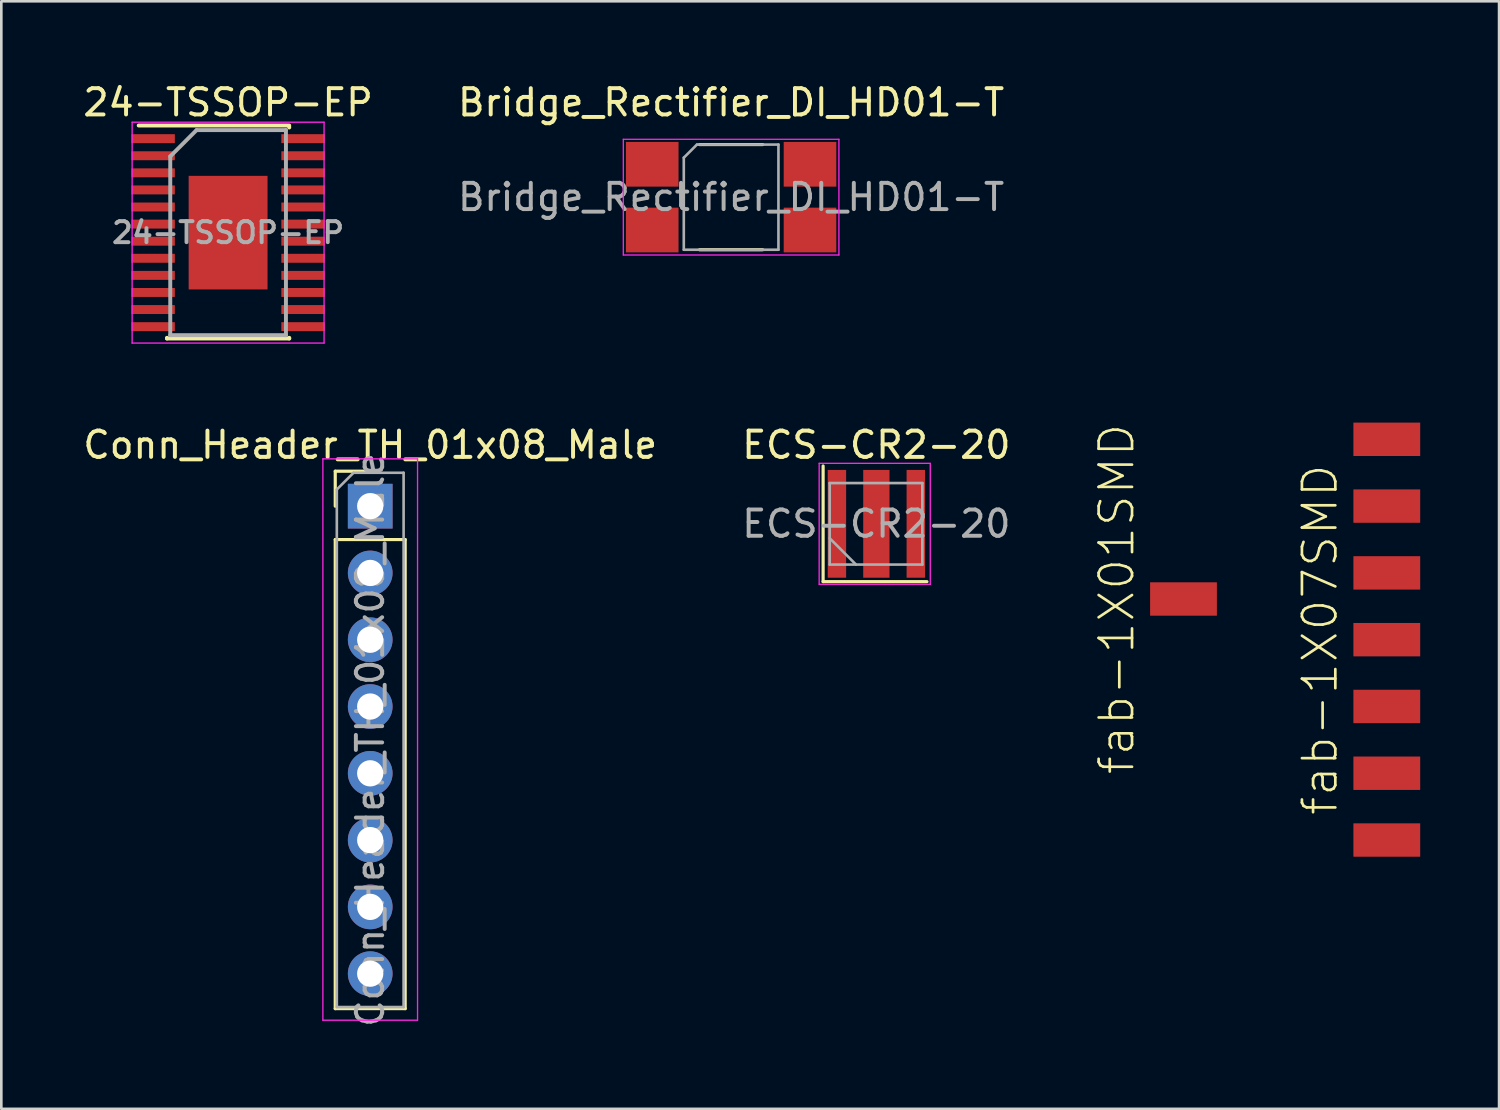
<source format=kicad_pcb>
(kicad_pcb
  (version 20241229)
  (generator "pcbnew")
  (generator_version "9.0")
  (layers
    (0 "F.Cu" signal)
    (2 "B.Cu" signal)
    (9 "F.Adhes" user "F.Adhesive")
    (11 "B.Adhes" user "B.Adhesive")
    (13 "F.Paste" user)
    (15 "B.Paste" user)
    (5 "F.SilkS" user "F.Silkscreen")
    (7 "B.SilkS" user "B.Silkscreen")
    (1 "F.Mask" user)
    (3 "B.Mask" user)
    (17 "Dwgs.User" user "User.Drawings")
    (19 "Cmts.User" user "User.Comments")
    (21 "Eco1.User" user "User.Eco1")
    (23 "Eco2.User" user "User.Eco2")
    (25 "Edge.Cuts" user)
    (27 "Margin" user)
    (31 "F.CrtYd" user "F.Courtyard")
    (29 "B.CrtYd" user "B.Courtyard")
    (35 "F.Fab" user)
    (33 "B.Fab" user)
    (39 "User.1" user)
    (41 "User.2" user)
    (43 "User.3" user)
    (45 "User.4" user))
  (footprint "Bridge_Rectifier_DI_HD01-T"
    (layer "F.Cu")
    (at 24.756 4.448)
    (property "Reference" "Bridge_Rectifier_DI_HD01-T" (at 0 -3.6 0) (layer "F.SilkS") (effects (font (size 1 1) (thickness 0.15))))
    (attr smd)
    (fp_line (start -1.2 -2) (end 1.2 -2) (stroke (width 0.12) (type solid)) (layer "F.SilkS"))
    (fp_line (start -1.2 2) (end 1.2 2) (stroke (width 0.12) (type solid)) (layer "F.SilkS"))
    (fp_line (start -4.1 -2.2) (end -4.1 2.2) (stroke (width 0.05) (type solid)) (layer "F.CrtYd"))
    (fp_line (start -4.1 2.2) (end 4.1 2.2) (stroke (width 0.05) (type solid)) (layer "F.CrtYd"))
    (fp_line (start 4.1 -2.2) (end -4.1 -2.2) (stroke (width 0.05) (type solid)) (layer "F.CrtYd"))
    (fp_line (start 4.1 2.2) (end 4.1 -2.2) (stroke (width 0.05) (type solid)) (layer "F.CrtYd"))
    (fp_line (start -1.8 -1.5) (end -1.3 -2) (stroke (width 0.1) (type solid)) (layer "F.Fab"))
    (fp_line (start -1.8 2) (end -1.8 -1.5) (stroke (width 0.1) (type solid)) (layer "F.Fab"))
    (fp_line (start -1.3 -2) (end 1.8 -2) (stroke (width 0.1) (type solid)) (layer "F.Fab"))
    (fp_line (start 1.8 -2) (end 1.8 2) (stroke (width 0.1) (type solid)) (layer "F.Fab"))
    (fp_line (start 1.8 2) (end -1.8 2) (stroke (width 0.1) (type solid)) (layer "F.Fab"))
    (fp_text user "${REFERENCE}" (at 0 0 0) (layer "F.Fab") (effects (font (size 1 1) (thickness 0.15))))
    (pad "1" smd rect (at -3 -1.25) (size 2 1.7) (layers "F.Cu" "F.Mask" "F.Paste"))
    (pad "2" smd rect (at -3 1.25) (size 2 1.7) (layers "F.Cu" "F.Mask" "F.Paste"))
    (pad "3" smd rect (at 3 1.25) (size 2 1.7) (layers "F.Cu" "F.Mask" "F.Paste"))
    (pad "4" smd rect (at 3 -1.25) (size 2 1.7) (layers "F.Cu" "F.Mask" "F.Paste")))
  (footprint "ECS-CR2-20"
    (layer "F.Cu")
    (at 30.28 16.872)
    (property "Reference" "ECS-CR2-20" (at 0 -3 0) (layer "F.SilkS") (effects (font (size 1 1) (thickness 0.15))))
    (attr smd)
    (fp_line (start -2.025 -2.2) (end -2.025 2.2) (stroke (width 0.12) (type solid)) (layer "F.SilkS"))
    (fp_line (start -2.025 2.2) (end 1.925 2.2) (stroke (width 0.12) (type solid)) (layer "F.SilkS"))
    (fp_line (start -2.175 -2.3) (end -2.175 2.3) (stroke (width 0.05) (type solid)) (layer "F.CrtYd"))
    (fp_line (start -2.175 2.3) (end 2.05 2.3) (stroke (width 0.05) (type solid)) (layer "F.CrtYd"))
    (fp_line (start 2.05 -2.3) (end -2.175 -2.3) (stroke (width 0.05) (type solid)) (layer "F.CrtYd"))
    (fp_line (start 2.05 2.3) (end 2.05 -2.3) (stroke (width 0.05) (type solid)) (layer "F.CrtYd"))
    (fp_line (start -1.775 -1.55) (end -1.775 1.55) (stroke (width 0.1) (type solid)) (layer "F.Fab"))
    (fp_line (start -1.775 0.55) (end -0.775 1.55) (stroke (width 0.1) (type solid)) (layer "F.Fab"))
    (fp_line (start -1.775 1.55) (end 1.75 1.55) (stroke (width 0.1) (type solid)) (layer "F.Fab"))
    (fp_line (start 1.75 -1.55) (end -1.775 -1.55) (stroke (width 0.1) (type solid)) (layer "F.Fab"))
    (fp_line (start 1.75 1.55) (end 1.75 -1.55) (stroke (width 0.1) (type solid)) (layer "F.Fab"))
    (fp_text user "${REFERENCE}" (at 0 0 0) (layer "F.Fab") (effects (font (size 1 1) (thickness 0.15))))
    (pad "1" smd rect (at -1.5 0) (size 0.7 4.1) (layers "F.Cu" "F.Mask" "F.Paste"))
    (pad "2" smd rect (at 0 0) (size 1 4.1) (layers "F.Cu" "F.Mask" "F.Paste"))
    (pad "3" smd rect (at 1.5 0) (size 0.7 4.1) (layers "F.Cu" "F.Mask" "F.Paste")))
  (footprint "Conn_Header_TH_01x08_Male"
    (layer "F.Cu")
    (at 11.03 16.201)
    (property "Reference" "Conn_Header_TH_01x08_Male" (at 0 -2.33 0) (layer "F.SilkS") (effects (font (size 1 1) (thickness 0.15))))
    (attr through_hole)
    (fp_line (start -1.33 -1.33) (end 0 -1.33) (stroke (width 0.12) (type solid)) (layer "F.SilkS"))
    (fp_line (start -1.33 0) (end -1.33 -1.33) (stroke (width 0.12) (type solid)) (layer "F.SilkS"))
    (fp_line (start -1.33 1.27) (end -1.33 19.11) (stroke (width 0.12) (type solid)) (layer "F.SilkS"))
    (fp_line (start -1.33 1.27) (end 1.33 1.27) (stroke (width 0.12) (type solid)) (layer "F.SilkS"))
    (fp_line (start -1.33 19.11) (end 1.33 19.11) (stroke (width 0.12) (type solid)) (layer "F.SilkS"))
    (fp_line (start 1.33 1.27) (end 1.33 19.11) (stroke (width 0.12) (type solid)) (layer "F.SilkS"))
    (fp_line (start -1.8 -1.8) (end -1.8 19.55) (stroke (width 0.05) (type solid)) (layer "F.CrtYd"))
    (fp_line (start -1.8 19.55) (end 1.8 19.55) (stroke (width 0.05) (type solid)) (layer "F.CrtYd"))
    (fp_line (start 1.8 -1.8) (end -1.8 -1.8) (stroke (width 0.05) (type solid)) (layer "F.CrtYd"))
    (fp_line (start 1.8 19.55) (end 1.8 -1.8) (stroke (width 0.05) (type solid)) (layer "F.CrtYd"))
    (fp_line (start -1.27 -0.635) (end -0.635 -1.27) (stroke (width 0.1) (type solid)) (layer "F.Fab"))
    (fp_line (start -1.27 19.05) (end -1.27 -0.635) (stroke (width 0.1) (type solid)) (layer "F.Fab"))
    (fp_line (start -0.635 -1.27) (end 1.27 -1.27) (stroke (width 0.1) (type solid)) (layer "F.Fab"))
    (fp_line (start 1.27 -1.27) (end 1.27 19.05) (stroke (width 0.1) (type solid)) (layer "F.Fab"))
    (fp_line (start 1.27 19.05) (end -1.27 19.05) (stroke (width 0.1) (type solid)) (layer "F.Fab"))
    (fp_text user "${REFERENCE}" (at 0 8.89 90) (layer "F.Fab") (effects (font (size 1 1) (thickness 0.15))))
    (pad "1" thru_hole rect (at 0 0) (size 1.7 1.7) (drill 1) (layers "*.Cu" "*.Mask"))
    (pad "2" thru_hole oval (at 0 2.54) (size 1.7 1.7) (drill 1) (layers "*.Cu" "*.Mask"))
    (pad "3" thru_hole oval (at 0 5.08) (size 1.7 1.7) (drill 1) (layers "*.Cu" "*.Mask"))
    (pad "4" thru_hole oval (at 0 7.62) (size 1.7 1.7) (drill 1) (layers "*.Cu" "*.Mask"))
    (pad "5" thru_hole oval (at 0 10.16) (size 1.7 1.7) (drill 1) (layers "*.Cu" "*.Mask"))
    (pad "6" thru_hole oval (at 0 12.7) (size 1.7 1.7) (drill 1) (layers "*.Cu" "*.Mask"))
    (pad "7" thru_hole oval (at 0 15.24) (size 1.7 1.7) (drill 1) (layers "*.Cu" "*.Mask"))
    (pad "8" thru_hole oval (at 0 17.78) (size 1.7 1.7) (drill 1) (layers "*.Cu" "*.Mask")))
  (footprint "24-TSSOP-EP"
    (layer "F.Cu")
    (at 5.625 5.798)
    (property "Reference" "24-TSSOP-EP" (at 0 -4.95 0) (layer "F.SilkS") (effects (font (size 1 1) (thickness 0.15))))
    (attr smd)
    (fp_line (start -3.4 -4.075) (end 2.325 -4.075) (stroke (width 0.15) (type solid)) (layer "F.SilkS"))
    (fp_line (start -2.325 4.025) (end -2.325 4) (stroke (width 0.15) (type solid)) (layer "F.SilkS"))
    (fp_line (start -2.325 4.025) (end 2.325 4.025) (stroke (width 0.15) (type solid)) (layer "F.SilkS"))
    (fp_line (start 2.325 -4.025) (end 2.325 -4) (stroke (width 0.15) (type solid)) (layer "F.SilkS"))
    (fp_line (start 2.325 4.025) (end 2.325 4) (stroke (width 0.15) (type solid)) (layer "F.SilkS"))
    (fp_line (start -3.65 -4.2) (end -3.65 4.2) (stroke (width 0.05) (type solid)) (layer "F.CrtYd"))
    (fp_line (start -3.65 -4.2) (end 3.65 -4.2) (stroke (width 0.05) (type solid)) (layer "F.CrtYd"))
    (fp_line (start -3.65 4.2) (end 3.65 4.2) (stroke (width 0.05) (type solid)) (layer "F.CrtYd"))
    (fp_line (start 3.65 -4.2) (end 3.65 4.2) (stroke (width 0.05) (type solid)) (layer "F.CrtYd"))
    (fp_line (start -2.2 -2.9) (end -1.2 -3.9) (stroke (width 0.15) (type solid)) (layer "F.Fab"))
    (fp_line (start -2.2 3.9) (end -2.2 -2.9) (stroke (width 0.15) (type solid)) (layer "F.Fab"))
    (fp_line (start -1.2 -3.9) (end 2.2 -3.9) (stroke (width 0.15) (type solid)) (layer "F.Fab"))
    (fp_line (start 2.2 -3.9) (end 2.2 3.9) (stroke (width 0.15) (type solid)) (layer "F.Fab"))
    (fp_line (start 2.2 3.9) (end -2.2 3.9) (stroke (width 0.15) (type solid)) (layer "F.Fab"))
    (fp_text user "${REFERENCE}" (at 0 0 0) (layer "F.Fab") (effects (font (size 0.8 0.8) (thickness 0.15))))
    (pad "1" smd rect (at -2.85 -3.575) (size 1.65 0.34) (layers "F.Cu" "F.Mask" "F.Paste"))
    (pad "2" smd rect (at -2.85 -2.925) (size 1.65 0.34) (layers "F.Cu" "F.Mask" "F.Paste"))
    (pad "3" smd rect (at -2.85 -2.275) (size 1.65 0.34) (layers "F.Cu" "F.Mask" "F.Paste"))
    (pad "4" smd rect (at -2.85 -1.625) (size 1.65 0.34) (layers "F.Cu" "F.Mask" "F.Paste"))
    (pad "5" smd rect (at -2.85 -0.975) (size 1.65 0.34) (layers "F.Cu" "F.Mask" "F.Paste"))
    (pad "6" smd rect (at -2.85 -0.325) (size 1.65 0.34) (layers "F.Cu" "F.Mask" "F.Paste"))
    (pad "7" smd rect (at -2.85 0.325) (size 1.65 0.34) (layers "F.Cu" "F.Mask" "F.Paste"))
    (pad "8" smd rect (at -2.85 0.975) (size 1.65 0.34) (layers "F.Cu" "F.Mask" "F.Paste"))
    (pad "9" smd rect (at -2.85 1.625) (size 1.65 0.34) (layers "F.Cu" "F.Mask" "F.Paste"))
    (pad "10" smd rect (at -2.85 2.275) (size 1.65 0.34) (layers "F.Cu" "F.Mask" "F.Paste"))
    (pad "11" smd rect (at -2.85 2.925) (size 1.65 0.34) (layers "F.Cu" "F.Mask" "F.Paste"))
    (pad "12" smd rect (at -2.85 3.575) (size 1.65 0.34) (layers "F.Cu" "F.Mask" "F.Paste"))
    (pad "13" smd rect (at 2.85 3.575) (size 1.65 0.34) (layers "F.Cu" "F.Mask" "F.Paste"))
    (pad "14" smd rect (at 2.85 2.925) (size 1.65 0.34) (layers "F.Cu" "F.Mask" "F.Paste"))
    (pad "15" smd rect (at 2.85 2.275) (size 1.65 0.34) (layers "F.Cu" "F.Mask" "F.Paste"))
    (pad "16" smd rect (at 2.85 1.625) (size 1.65 0.34) (layers "F.Cu" "F.Mask" "F.Paste"))
    (pad "17" smd rect (at 2.85 0.975) (size 1.65 0.34) (layers "F.Cu" "F.Mask" "F.Paste"))
    (pad "18" smd rect (at 2.85 0.325) (size 1.65 0.34) (layers "F.Cu" "F.Mask" "F.Paste"))
    (pad "19" smd rect (at 2.85 -0.325) (size 1.65 0.34) (layers "F.Cu" "F.Mask" "F.Paste"))
    (pad "20" smd rect (at 2.85 -0.975) (size 1.65 0.34) (layers "F.Cu" "F.Mask" "F.Paste"))
    (pad "21" smd rect (at 2.85 -1.625) (size 1.65 0.34) (layers "F.Cu" "F.Mask" "F.Paste"))
    (pad "22" smd rect (at 2.85 -2.275) (size 1.65 0.34) (layers "F.Cu" "F.Mask" "F.Paste"))
    (pad "23" smd rect (at 2.85 -2.925) (size 1.65 0.34) (layers "F.Cu" "F.Mask" "F.Paste"))
    (pad "24" smd rect (at 2.85 -3.575) (size 1.65 0.34) (layers "F.Cu" "F.Mask" "F.Paste"))
    (pad "25" smd rect (at 0 0) (size 3 4.32) (layers "F.Cu" "F.Mask" "F.Paste")))
  (footprint "fab-1X01SMD"
    (layer "F.Cu")
    (at 41.961 19.731)
    (property "Reference" "fab-1X01SMD" (at -2.54 0 90) (layer "F.SilkS") (effects (font (size 1.27 1.27) (thickness 0.102))))
    (attr smd)
    (pad "1" smd rect (at 0 0) (size 2.54 1.27) (layers "F.Cu" "F.Mask" "F.Paste")))
  (footprint "fab-1X07SMD"
    (layer "F.Cu")
    (at 49.693 21.278)
    (property "Reference" "fab-1X07SMD" (at -2.54 0 90) (layer "F.SilkS") (effects (font (size 1.27 1.27) (thickness 0.102))))
    (attr smd)
    (pad "1" smd rect (at 0 -7.62) (size 2.54 1.27) (layers "F.Cu" "F.Mask" "F.Paste"))
    (pad "2" smd rect (at 0 -5.08) (size 2.54 1.27) (layers "F.Cu" "F.Mask" "F.Paste"))
    (pad "3" smd rect (at 0 -2.54) (size 2.54 1.27) (layers "F.Cu" "F.Mask" "F.Paste"))
    (pad "4" smd rect (at 0 0) (size 2.54 1.27) (layers "F.Cu" "F.Mask" "F.Paste"))
    (pad "5" smd rect (at 0 2.54) (size 2.54 1.27) (layers "F.Cu" "F.Mask" "F.Paste"))
    (pad "6" smd rect (at 0 5.08) (size 2.54 1.27) (layers "F.Cu" "F.Mask" "F.Paste"))
    (pad "7" smd rect (at 0 7.62) (size 2.54 1.27) (layers "F.Cu" "F.Mask" "F.Paste")))
  (gr_rect
    (start -3 -3)
    (end 53.963 39.121)
    (stroke (width 0.1) (type default))
    (fill no)
    (layer "Edge.Cuts")))
</source>
